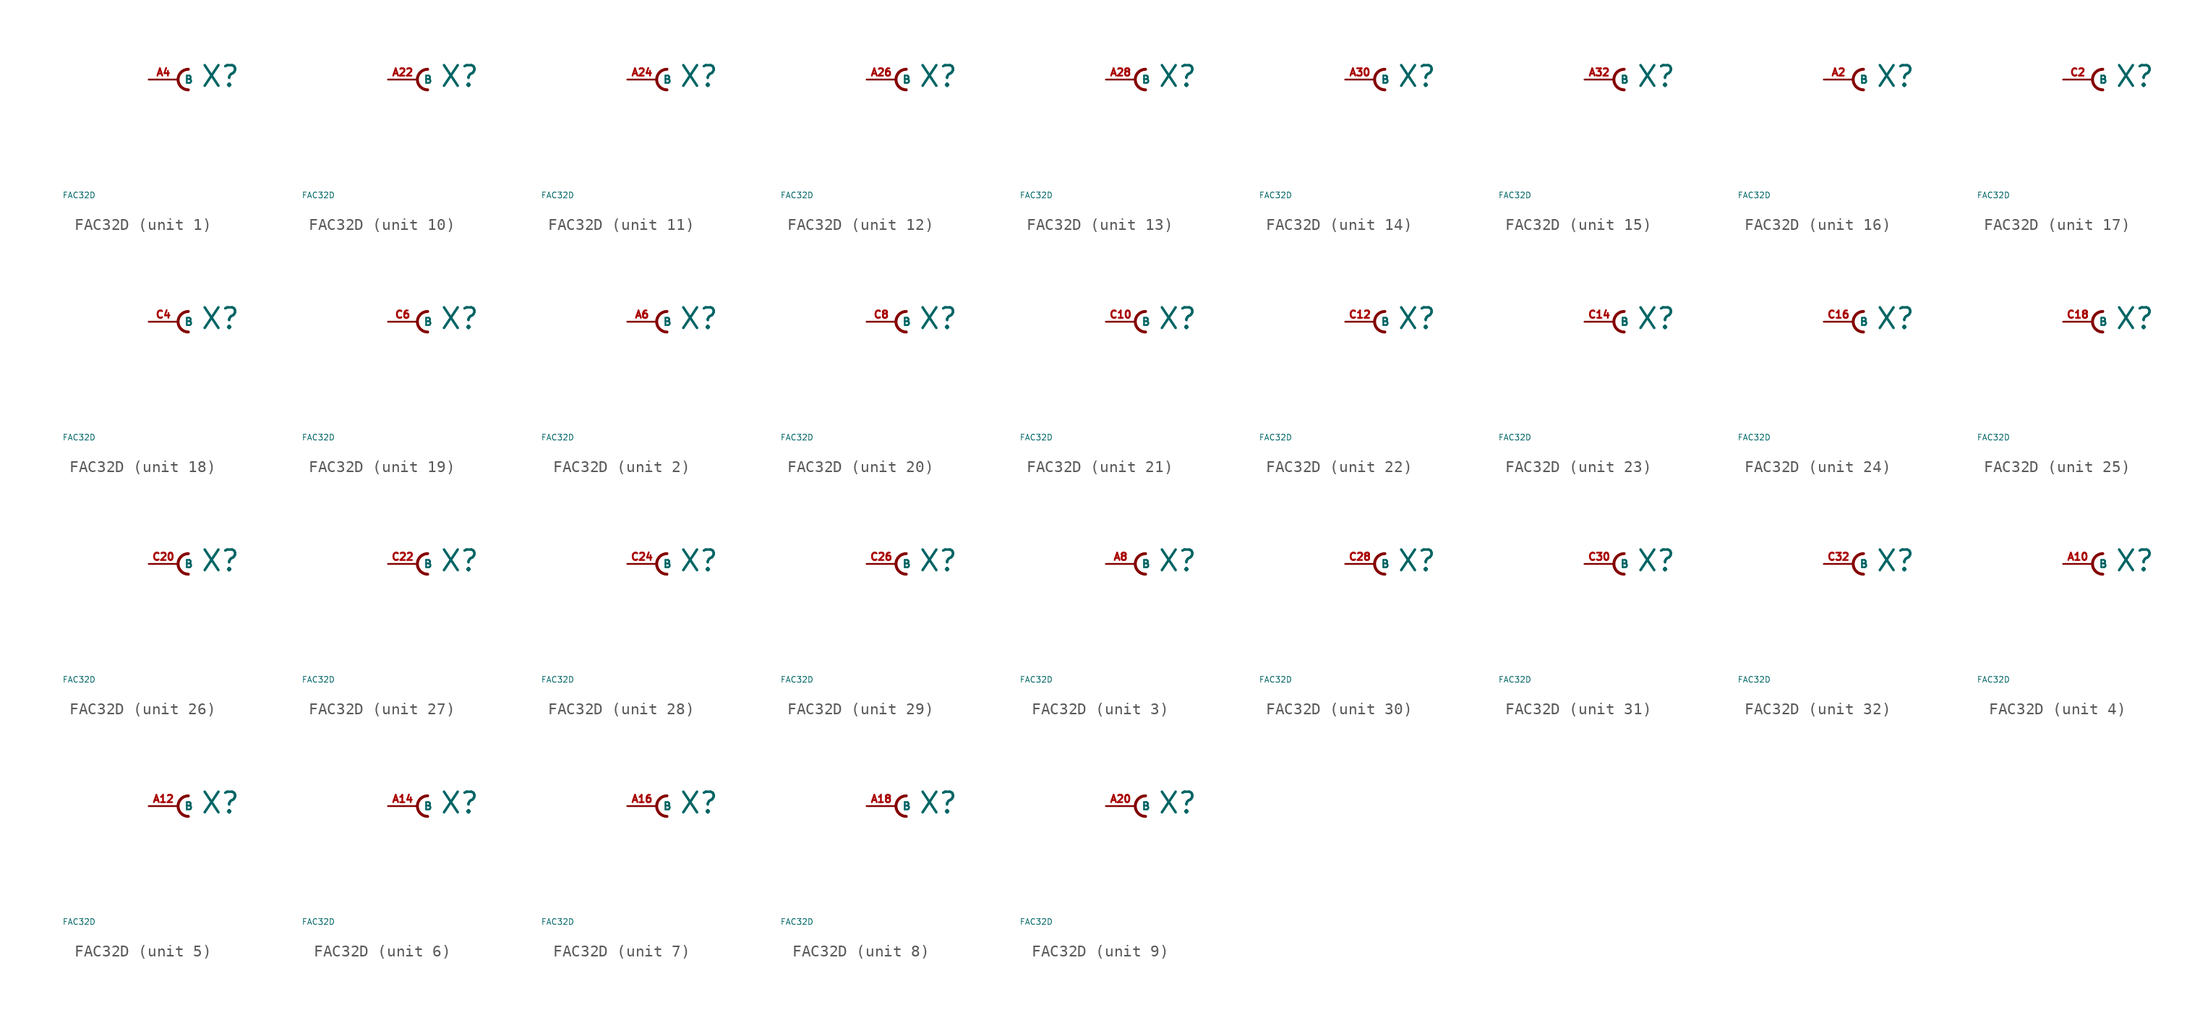
<source format=kicad_sym>
(kicad_symbol_lib
  (version 20220914)
  (generator Eagle2Kicad)
  (symbol "FAC32D"
    (property "Reference" "X"
      (at 1.905 -0.762 0)
      (effects (font (size 1.778 1.778) (thickness 0.22)) (justify left bottom)))
    (property "Value" "FAC32D"
      (at -10 -10 0)
      (effects (font (size 0.5 0.5) (thickness 0.06)) (justify left)))
    (symbol "FAC32D_1_0"
      (arc (start 0.889 0.889) (mid 0.000 0.000) (end 0.889 -0.889) (stroke (width 0.254) (type default)) (fill (type none)))
      (pin passive line (at -2.54 0 0) (length 2.54) (name "B" (effects (font (size 0.635 0.635) (thickness 0.08)) (justify left bottom))) (number "A4" (effects (font (size 0.635 0.635) (thickness 0.08)) (justify left bottom)))))
    (symbol "FAC32D_2_0"
      (arc (start 0.889 0.889) (mid 0.000 0.000) (end 0.889 -0.889) (stroke (width 0.254) (type default)) (fill (type none)))
      (pin passive line (at -2.54 0 0) (length 2.54) (name "B" (effects (font (size 0.635 0.635) (thickness 0.08)) (justify left bottom))) (number "A6" (effects (font (size 0.635 0.635) (thickness 0.08)) (justify left bottom)))))
    (symbol "FAC32D_3_0"
      (arc (start 0.889 0.889) (mid 0.000 0.000) (end 0.889 -0.889) (stroke (width 0.254) (type default)) (fill (type none)))
      (pin passive line (at -2.54 0 0) (length 2.54) (name "B" (effects (font (size 0.635 0.635) (thickness 0.08)) (justify left bottom))) (number "A8" (effects (font (size 0.635 0.635) (thickness 0.08)) (justify left bottom)))))
    (symbol "FAC32D_4_0"
      (arc (start 0.889 0.889) (mid 0.000 0.000) (end 0.889 -0.889) (stroke (width 0.254) (type default)) (fill (type none)))
      (pin passive line (at -2.54 0 0) (length 2.54) (name "B" (effects (font (size 0.635 0.635) (thickness 0.08)) (justify left bottom))) (number "A10" (effects (font (size 0.635 0.635) (thickness 0.08)) (justify left bottom)))))
    (symbol "FAC32D_5_0"
      (arc (start 0.889 0.889) (mid 0.000 0.000) (end 0.889 -0.889) (stroke (width 0.254) (type default)) (fill (type none)))
      (pin passive line (at -2.54 0 0) (length 2.54) (name "B" (effects (font (size 0.635 0.635) (thickness 0.08)) (justify left bottom))) (number "A12" (effects (font (size 0.635 0.635) (thickness 0.08)) (justify left bottom)))))
    (symbol "FAC32D_6_0"
      (arc (start 0.889 0.889) (mid 0.000 0.000) (end 0.889 -0.889) (stroke (width 0.254) (type default)) (fill (type none)))
      (pin passive line (at -2.54 0 0) (length 2.54) (name "B" (effects (font (size 0.635 0.635) (thickness 0.08)) (justify left bottom))) (number "A14" (effects (font (size 0.635 0.635) (thickness 0.08)) (justify left bottom)))))
    (symbol "FAC32D_7_0"
      (arc (start 0.889 0.889) (mid 0.000 0.000) (end 0.889 -0.889) (stroke (width 0.254) (type default)) (fill (type none)))
      (pin passive line (at -2.54 0 0) (length 2.54) (name "B" (effects (font (size 0.635 0.635) (thickness 0.08)) (justify left bottom))) (number "A16" (effects (font (size 0.635 0.635) (thickness 0.08)) (justify left bottom)))))
    (symbol "FAC32D_8_0"
      (arc (start 0.889 0.889) (mid 0.000 0.000) (end 0.889 -0.889) (stroke (width 0.254) (type default)) (fill (type none)))
      (pin passive line (at -2.54 0 0) (length 2.54) (name "B" (effects (font (size 0.635 0.635) (thickness 0.08)) (justify left bottom))) (number "A18" (effects (font (size 0.635 0.635) (thickness 0.08)) (justify left bottom)))))
    (symbol "FAC32D_9_0"
      (arc (start 0.889 0.889) (mid 0.000 0.000) (end 0.889 -0.889) (stroke (width 0.254) (type default)) (fill (type none)))
      (pin passive line (at -2.54 0 0) (length 2.54) (name "B" (effects (font (size 0.635 0.635) (thickness 0.08)) (justify left bottom))) (number "A20" (effects (font (size 0.635 0.635) (thickness 0.08)) (justify left bottom)))))
    (symbol "FAC32D_10_0"
      (arc (start 0.889 0.889) (mid 0.000 0.000) (end 0.889 -0.889) (stroke (width 0.254) (type default)) (fill (type none)))
      (pin passive line (at -2.54 0 0) (length 2.54) (name "B" (effects (font (size 0.635 0.635) (thickness 0.08)) (justify left bottom))) (number "A22" (effects (font (size 0.635 0.635) (thickness 0.08)) (justify left bottom)))))
    (symbol "FAC32D_11_0"
      (arc (start 0.889 0.889) (mid 0.000 0.000) (end 0.889 -0.889) (stroke (width 0.254) (type default)) (fill (type none)))
      (pin passive line (at -2.54 0 0) (length 2.54) (name "B" (effects (font (size 0.635 0.635) (thickness 0.08)) (justify left bottom))) (number "A24" (effects (font (size 0.635 0.635) (thickness 0.08)) (justify left bottom)))))
    (symbol "FAC32D_12_0"
      (arc (start 0.889 0.889) (mid 0.000 0.000) (end 0.889 -0.889) (stroke (width 0.254) (type default)) (fill (type none)))
      (pin passive line (at -2.54 0 0) (length 2.54) (name "B" (effects (font (size 0.635 0.635) (thickness 0.08)) (justify left bottom))) (number "A26" (effects (font (size 0.635 0.635) (thickness 0.08)) (justify left bottom)))))
    (symbol "FAC32D_13_0"
      (arc (start 0.889 0.889) (mid 0.000 0.000) (end 0.889 -0.889) (stroke (width 0.254) (type default)) (fill (type none)))
      (pin passive line (at -2.54 0 0) (length 2.54) (name "B" (effects (font (size 0.635 0.635) (thickness 0.08)) (justify left bottom))) (number "A28" (effects (font (size 0.635 0.635) (thickness 0.08)) (justify left bottom)))))
    (symbol "FAC32D_14_0"
      (arc (start 0.889 0.889) (mid 0.000 0.000) (end 0.889 -0.889) (stroke (width 0.254) (type default)) (fill (type none)))
      (pin passive line (at -2.54 0 0) (length 2.54) (name "B" (effects (font (size 0.635 0.635) (thickness 0.08)) (justify left bottom))) (number "A30" (effects (font (size 0.635 0.635) (thickness 0.08)) (justify left bottom)))))
    (symbol "FAC32D_15_0"
      (arc (start 0.889 0.889) (mid 0.000 0.000) (end 0.889 -0.889) (stroke (width 0.254) (type default)) (fill (type none)))
      (pin passive line (at -2.54 0 0) (length 2.54) (name "B" (effects (font (size 0.635 0.635) (thickness 0.08)) (justify left bottom))) (number "A32" (effects (font (size 0.635 0.635) (thickness 0.08)) (justify left bottom)))))
    (symbol "FAC32D_16_0"
      (arc (start 0.889 0.889) (mid 0.000 0.000) (end 0.889 -0.889) (stroke (width 0.254) (type default)) (fill (type none)))
      (pin passive line (at -2.54 0 0) (length 2.54) (name "B" (effects (font (size 0.635 0.635) (thickness 0.08)) (justify left bottom))) (number "A2" (effects (font (size 0.635 0.635) (thickness 0.08)) (justify left bottom)))))
    (symbol "FAC32D_17_0"
      (arc (start 0.889 0.889) (mid 0.000 0.000) (end 0.889 -0.889) (stroke (width 0.254) (type default)) (fill (type none)))
      (pin passive line (at -2.54 0 0) (length 2.54) (name "B" (effects (font (size 0.635 0.635) (thickness 0.08)) (justify left bottom))) (number "C2" (effects (font (size 0.635 0.635) (thickness 0.08)) (justify left bottom)))))
    (symbol "FAC32D_18_0"
      (arc (start 0.889 0.889) (mid 0.000 0.000) (end 0.889 -0.889) (stroke (width 0.254) (type default)) (fill (type none)))
      (pin passive line (at -2.54 0 0) (length 2.54) (name "B" (effects (font (size 0.635 0.635) (thickness 0.08)) (justify left bottom))) (number "C4" (effects (font (size 0.635 0.635) (thickness 0.08)) (justify left bottom)))))
    (symbol "FAC32D_19_0"
      (arc (start 0.889 0.889) (mid 0.000 0.000) (end 0.889 -0.889) (stroke (width 0.254) (type default)) (fill (type none)))
      (pin passive line (at -2.54 0 0) (length 2.54) (name "B" (effects (font (size 0.635 0.635) (thickness 0.08)) (justify left bottom))) (number "C6" (effects (font (size 0.635 0.635) (thickness 0.08)) (justify left bottom)))))
    (symbol "FAC32D_20_0"
      (arc (start 0.889 0.889) (mid 0.000 0.000) (end 0.889 -0.889) (stroke (width 0.254) (type default)) (fill (type none)))
      (pin passive line (at -2.54 0 0) (length 2.54) (name "B" (effects (font (size 0.635 0.635) (thickness 0.08)) (justify left bottom))) (number "C8" (effects (font (size 0.635 0.635) (thickness 0.08)) (justify left bottom)))))
    (symbol "FAC32D_21_0"
      (arc (start 0.889 0.889) (mid 0.000 0.000) (end 0.889 -0.889) (stroke (width 0.254) (type default)) (fill (type none)))
      (pin passive line (at -2.54 0 0) (length 2.54) (name "B" (effects (font (size 0.635 0.635) (thickness 0.08)) (justify left bottom))) (number "C10" (effects (font (size 0.635 0.635) (thickness 0.08)) (justify left bottom)))))
    (symbol "FAC32D_22_0"
      (arc (start 0.889 0.889) (mid 0.000 0.000) (end 0.889 -0.889) (stroke (width 0.254) (type default)) (fill (type none)))
      (pin passive line (at -2.54 0 0) (length 2.54) (name "B" (effects (font (size 0.635 0.635) (thickness 0.08)) (justify left bottom))) (number "C12" (effects (font (size 0.635 0.635) (thickness 0.08)) (justify left bottom)))))
    (symbol "FAC32D_23_0"
      (arc (start 0.889 0.889) (mid 0.000 0.000) (end 0.889 -0.889) (stroke (width 0.254) (type default)) (fill (type none)))
      (pin passive line (at -2.54 0 0) (length 2.54) (name "B" (effects (font (size 0.635 0.635) (thickness 0.08)) (justify left bottom))) (number "C14" (effects (font (size 0.635 0.635) (thickness 0.08)) (justify left bottom)))))
    (symbol "FAC32D_24_0"
      (arc (start 0.889 0.889) (mid 0.000 0.000) (end 0.889 -0.889) (stroke (width 0.254) (type default)) (fill (type none)))
      (pin passive line (at -2.54 0 0) (length 2.54) (name "B" (effects (font (size 0.635 0.635) (thickness 0.08)) (justify left bottom))) (number "C16" (effects (font (size 0.635 0.635) (thickness 0.08)) (justify left bottom)))))
    (symbol "FAC32D_25_0"
      (arc (start 0.889 0.889) (mid 0.000 0.000) (end 0.889 -0.889) (stroke (width 0.254) (type default)) (fill (type none)))
      (pin passive line (at -2.54 0 0) (length 2.54) (name "B" (effects (font (size 0.635 0.635) (thickness 0.08)) (justify left bottom))) (number "C18" (effects (font (size 0.635 0.635) (thickness 0.08)) (justify left bottom)))))
    (symbol "FAC32D_26_0"
      (arc (start 0.889 0.889) (mid 0.000 0.000) (end 0.889 -0.889) (stroke (width 0.254) (type default)) (fill (type none)))
      (pin passive line (at -2.54 0 0) (length 2.54) (name "B" (effects (font (size 0.635 0.635) (thickness 0.08)) (justify left bottom))) (number "C20" (effects (font (size 0.635 0.635) (thickness 0.08)) (justify left bottom)))))
    (symbol "FAC32D_27_0"
      (arc (start 0.889 0.889) (mid 0.000 0.000) (end 0.889 -0.889) (stroke (width 0.254) (type default)) (fill (type none)))
      (pin passive line (at -2.54 0 0) (length 2.54) (name "B" (effects (font (size 0.635 0.635) (thickness 0.08)) (justify left bottom))) (number "C22" (effects (font (size 0.635 0.635) (thickness 0.08)) (justify left bottom)))))
    (symbol "FAC32D_28_0"
      (arc (start 0.889 0.889) (mid 0.000 0.000) (end 0.889 -0.889) (stroke (width 0.254) (type default)) (fill (type none)))
      (pin passive line (at -2.54 0 0) (length 2.54) (name "B" (effects (font (size 0.635 0.635) (thickness 0.08)) (justify left bottom))) (number "C24" (effects (font (size 0.635 0.635) (thickness 0.08)) (justify left bottom)))))
    (symbol "FAC32D_29_0"
      (arc (start 0.889 0.889) (mid 0.000 0.000) (end 0.889 -0.889) (stroke (width 0.254) (type default)) (fill (type none)))
      (pin passive line (at -2.54 0 0) (length 2.54) (name "B" (effects (font (size 0.635 0.635) (thickness 0.08)) (justify left bottom))) (number "C26" (effects (font (size 0.635 0.635) (thickness 0.08)) (justify left bottom)))))
    (symbol "FAC32D_30_0"
      (arc (start 0.889 0.889) (mid 0.000 0.000) (end 0.889 -0.889) (stroke (width 0.254) (type default)) (fill (type none)))
      (pin passive line (at -2.54 0 0) (length 2.54) (name "B" (effects (font (size 0.635 0.635) (thickness 0.08)) (justify left bottom))) (number "C28" (effects (font (size 0.635 0.635) (thickness 0.08)) (justify left bottom)))))
    (symbol "FAC32D_31_0"
      (arc (start 0.889 0.889) (mid 0.000 0.000) (end 0.889 -0.889) (stroke (width 0.254) (type default)) (fill (type none)))
      (pin passive line (at -2.54 0 0) (length 2.54) (name "B" (effects (font (size 0.635 0.635) (thickness 0.08)) (justify left bottom))) (number "C30" (effects (font (size 0.635 0.635) (thickness 0.08)) (justify left bottom)))))
    (symbol "FAC32D_32_0"
      (arc (start 0.889 0.889) (mid 0.000 0.000) (end 0.889 -0.889) (stroke (width 0.254) (type default)) (fill (type none)))
      (pin passive line (at -2.54 0 0) (length 2.54) (name "B" (effects (font (size 0.635 0.635) (thickness 0.08)) (justify left bottom))) (number "C32" (effects (font (size 0.635 0.635) (thickness 0.08)) (justify left bottom)))))))
</source>
